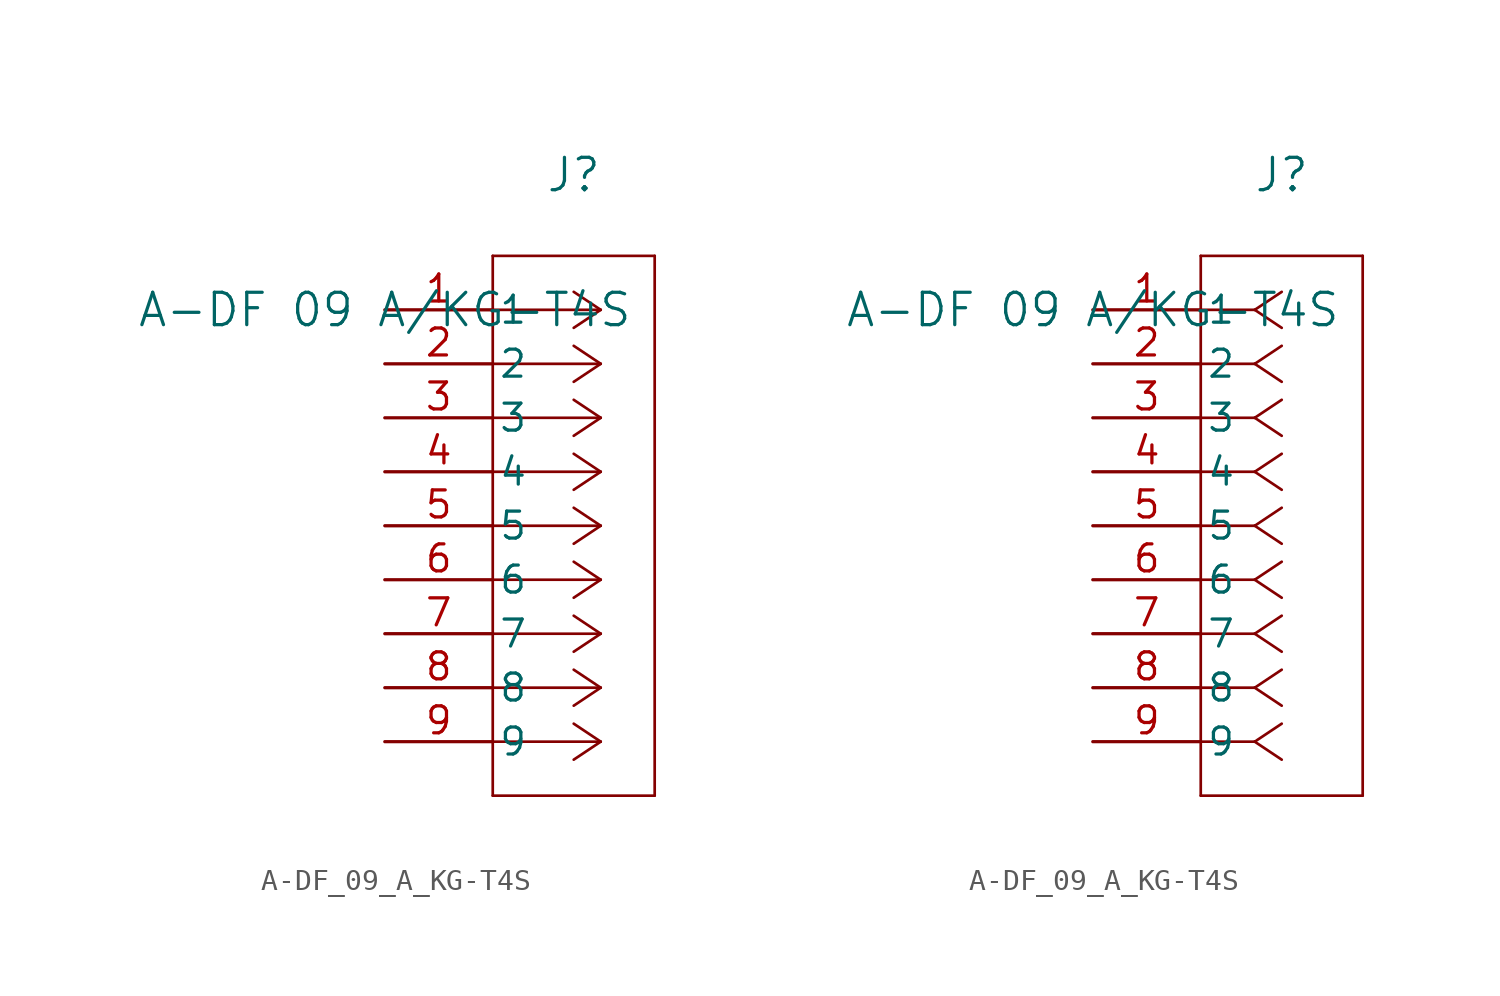
<source format=kicad_sym>
(kicad_symbol_lib
  (version 20211014)
  (generator kicad_symbol_editor)
  (symbol "A-DF_09_A_KG-T4S"
    (pin_names
      (offset 0.254))
    (property "Reference" "J"
      (at 8.89 6.35 0)
      (effects (font (size 1.524 1.524))))
    (property "Value" "A-DF 09 A/KG-T4S"
      (at 0 0 0)
      (effects (font (size 1.524 1.524))))
    (symbol "A-DF_09_A_KG-T4S_1_1"
      (polyline (pts (xy 10.16 0) (xy 5.08 0)) (stroke (width 0.127) (type default) (color 0 0 0 0)) (fill (type none)))
      (polyline (pts (xy 10.16 -2.54) (xy 5.08 -2.54)) (stroke (width 0.127) (type default) (color 0 0 0 0)) (fill (type none)))
      (polyline (pts (xy 10.16 -5.08) (xy 5.08 -5.08)) (stroke (width 0.127) (type default) (color 0 0 0 0)) (fill (type none)))
      (polyline (pts (xy 10.16 -7.62) (xy 5.08 -7.62)) (stroke (width 0.127) (type default) (color 0 0 0 0)) (fill (type none)))
      (polyline (pts (xy 10.16 -10.16) (xy 5.08 -10.16)) (stroke (width 0.127) (type default) (color 0 0 0 0)) (fill (type none)))
      (polyline (pts (xy 10.16 -12.7) (xy 5.08 -12.7)) (stroke (width 0.127) (type default) (color 0 0 0 0)) (fill (type none)))
      (polyline (pts (xy 10.16 -15.24) (xy 5.08 -15.24)) (stroke (width 0.127) (type default) (color 0 0 0 0)) (fill (type none)))
      (polyline (pts (xy 10.16 -17.78) (xy 5.08 -17.78)) (stroke (width 0.127) (type default) (color 0 0 0 0)) (fill (type none)))
      (polyline (pts (xy 10.16 -20.32) (xy 5.08 -20.32)) (stroke (width 0.127) (type default) (color 0 0 0 0)) (fill (type none)))
      (polyline (pts (xy 10.16 0) (xy 8.89 0.847)) (stroke (width 0.127) (type default) (color 0 0 0 0)) (fill (type none)))
      (polyline (pts (xy 10.16 -2.54) (xy 8.89 -1.693)) (stroke (width 0.127) (type default) (color 0 0 0 0)) (fill (type none)))
      (polyline (pts (xy 10.16 -5.08) (xy 8.89 -4.233)) (stroke (width 0.127) (type default) (color 0 0 0 0)) (fill (type none)))
      (polyline (pts (xy 10.16 -7.62) (xy 8.89 -6.773)) (stroke (width 0.127) (type default) (color 0 0 0 0)) (fill (type none)))
      (polyline (pts (xy 10.16 -10.16) (xy 8.89 -9.313)) (stroke (width 0.127) (type default) (color 0 0 0 0)) (fill (type none)))
      (polyline (pts (xy 10.16 -12.7) (xy 8.89 -11.853)) (stroke (width 0.127) (type default) (color 0 0 0 0)) (fill (type none)))
      (polyline (pts (xy 10.16 -15.24) (xy 8.89 -14.393)) (stroke (width 0.127) (type default) (color 0 0 0 0)) (fill (type none)))
      (polyline (pts (xy 10.16 -17.78) (xy 8.89 -16.933)) (stroke (width 0.127) (type default) (color 0 0 0 0)) (fill (type none)))
      (polyline (pts (xy 10.16 -20.32) (xy 8.89 -19.473)) (stroke (width 0.127) (type default) (color 0 0 0 0)) (fill (type none)))
      (polyline (pts (xy 10.16 0) (xy 8.89 -0.847)) (stroke (width 0.127) (type default) (color 0 0 0 0)) (fill (type none)))
      (polyline (pts (xy 10.16 -2.54) (xy 8.89 -3.387)) (stroke (width 0.127) (type default) (color 0 0 0 0)) (fill (type none)))
      (polyline (pts (xy 10.16 -5.08) (xy 8.89 -5.927)) (stroke (width 0.127) (type default) (color 0 0 0 0)) (fill (type none)))
      (polyline (pts (xy 10.16 -7.62) (xy 8.89 -8.467)) (stroke (width 0.127) (type default) (color 0 0 0 0)) (fill (type none)))
      (polyline (pts (xy 10.16 -10.16) (xy 8.89 -11.007)) (stroke (width 0.127) (type default) (color 0 0 0 0)) (fill (type none)))
      (polyline (pts (xy 10.16 -12.7) (xy 8.89 -13.547)) (stroke (width 0.127) (type default) (color 0 0 0 0)) (fill (type none)))
      (polyline (pts (xy 10.16 -15.24) (xy 8.89 -16.087)) (stroke (width 0.127) (type default) (color 0 0 0 0)) (fill (type none)))
      (polyline (pts (xy 10.16 -17.78) (xy 8.89 -18.627)) (stroke (width 0.127) (type default) (color 0 0 0 0)) (fill (type none)))
      (polyline (pts (xy 10.16 -20.32) (xy 8.89 -21.167)) (stroke (width 0.127) (type default) (color 0 0 0 0)) (fill (type none)))
      (polyline (pts (xy 5.08 2.54) (xy 5.08 -22.86)) (stroke (width 0.127) (type default) (color 0 0 0 0)) (fill (type none)))
      (polyline (pts (xy 5.08 -22.86) (xy 12.7 -22.86)) (stroke (width 0.127) (type default) (color 0 0 0 0)) (fill (type none)))
      (polyline (pts (xy 12.7 -22.86) (xy 12.7 2.54)) (stroke (width 0.127) (type default) (color 0 0 0 0)) (fill (type none)))
      (polyline (pts (xy 12.7 2.54) (xy 5.08 2.54)) (stroke (width 0.127) (type default) (color 0 0 0 0)) (fill (type none)))
      (pin unspecified line (at 0 0 0) (length 5.08) (name "1" (effects (font (size 1.27 1.27)))) (number "1" (effects (font (size 1.27 1.27)))))
      (pin unspecified line (at 0 -2.54 0) (length 5.08) (name "2" (effects (font (size 1.27 1.27)))) (number "2" (effects (font (size 1.27 1.27)))))
      (pin unspecified line (at 0 -5.08 0) (length 5.08) (name "3" (effects (font (size 1.27 1.27)))) (number "3" (effects (font (size 1.27 1.27)))))
      (pin unspecified line (at 0 -7.62 0) (length 5.08) (name "4" (effects (font (size 1.27 1.27)))) (number "4" (effects (font (size 1.27 1.27)))))
      (pin unspecified line (at 0 -10.16 0) (length 5.08) (name "5" (effects (font (size 1.27 1.27)))) (number "5" (effects (font (size 1.27 1.27)))))
      (pin unspecified line (at 0 -12.7 0) (length 5.08) (name "6" (effects (font (size 1.27 1.27)))) (number "6" (effects (font (size 1.27 1.27)))))
      (pin unspecified line (at 0 -15.24 0) (length 5.08) (name "7" (effects (font (size 1.27 1.27)))) (number "7" (effects (font (size 1.27 1.27)))))
      (pin unspecified line (at 0 -17.78 0) (length 5.08) (name "8" (effects (font (size 1.27 1.27)))) (number "8" (effects (font (size 1.27 1.27)))))
      (pin unspecified line (at 0 -20.32 0) (length 5.08) (name "9" (effects (font (size 1.27 1.27)))) (number "9" (effects (font (size 1.27 1.27))))))
    (symbol "A-DF_09_A_KG-T4S_1_2"
      (polyline (pts (xy 7.62 0) (xy 5.08 0)) (stroke (width 0.127) (type default) (color 0 0 0 0)) (fill (type none)))
      (polyline (pts (xy 7.62 -2.54) (xy 5.08 -2.54)) (stroke (width 0.127) (type default) (color 0 0 0 0)) (fill (type none)))
      (polyline (pts (xy 7.62 -5.08) (xy 5.08 -5.08)) (stroke (width 0.127) (type default) (color 0 0 0 0)) (fill (type none)))
      (polyline (pts (xy 7.62 -7.62) (xy 5.08 -7.62)) (stroke (width 0.127) (type default) (color 0 0 0 0)) (fill (type none)))
      (polyline (pts (xy 7.62 -10.16) (xy 5.08 -10.16)) (stroke (width 0.127) (type default) (color 0 0 0 0)) (fill (type none)))
      (polyline (pts (xy 7.62 -12.7) (xy 5.08 -12.7)) (stroke (width 0.127) (type default) (color 0 0 0 0)) (fill (type none)))
      (polyline (pts (xy 7.62 -15.24) (xy 5.08 -15.24)) (stroke (width 0.127) (type default) (color 0 0 0 0)) (fill (type none)))
      (polyline (pts (xy 7.62 -17.78) (xy 5.08 -17.78)) (stroke (width 0.127) (type default) (color 0 0 0 0)) (fill (type none)))
      (polyline (pts (xy 7.62 -20.32) (xy 5.08 -20.32)) (stroke (width 0.127) (type default) (color 0 0 0 0)) (fill (type none)))
      (polyline (pts (xy 7.62 0) (xy 8.89 0.847)) (stroke (width 0.127) (type default) (color 0 0 0 0)) (fill (type none)))
      (polyline (pts (xy 7.62 -2.54) (xy 8.89 -1.693)) (stroke (width 0.127) (type default) (color 0 0 0 0)) (fill (type none)))
      (polyline (pts (xy 7.62 -5.08) (xy 8.89 -4.233)) (stroke (width 0.127) (type default) (color 0 0 0 0)) (fill (type none)))
      (polyline (pts (xy 7.62 -7.62) (xy 8.89 -6.773)) (stroke (width 0.127) (type default) (color 0 0 0 0)) (fill (type none)))
      (polyline (pts (xy 7.62 -10.16) (xy 8.89 -9.313)) (stroke (width 0.127) (type default) (color 0 0 0 0)) (fill (type none)))
      (polyline (pts (xy 7.62 -12.7) (xy 8.89 -11.853)) (stroke (width 0.127) (type default) (color 0 0 0 0)) (fill (type none)))
      (polyline (pts (xy 7.62 -15.24) (xy 8.89 -14.393)) (stroke (width 0.127) (type default) (color 0 0 0 0)) (fill (type none)))
      (polyline (pts (xy 7.62 -17.78) (xy 8.89 -16.933)) (stroke (width 0.127) (type default) (color 0 0 0 0)) (fill (type none)))
      (polyline (pts (xy 7.62 -20.32) (xy 8.89 -19.473)) (stroke (width 0.127) (type default) (color 0 0 0 0)) (fill (type none)))
      (polyline (pts (xy 7.62 0) (xy 8.89 -0.847)) (stroke (width 0.127) (type default) (color 0 0 0 0)) (fill (type none)))
      (polyline (pts (xy 7.62 -2.54) (xy 8.89 -3.387)) (stroke (width 0.127) (type default) (color 0 0 0 0)) (fill (type none)))
      (polyline (pts (xy 7.62 -5.08) (xy 8.89 -5.927)) (stroke (width 0.127) (type default) (color 0 0 0 0)) (fill (type none)))
      (polyline (pts (xy 7.62 -7.62) (xy 8.89 -8.467)) (stroke (width 0.127) (type default) (color 0 0 0 0)) (fill (type none)))
      (polyline (pts (xy 7.62 -10.16) (xy 8.89 -11.007)) (stroke (width 0.127) (type default) (color 0 0 0 0)) (fill (type none)))
      (polyline (pts (xy 7.62 -12.7) (xy 8.89 -13.547)) (stroke (width 0.127) (type default) (color 0 0 0 0)) (fill (type none)))
      (polyline (pts (xy 7.62 -15.24) (xy 8.89 -16.087)) (stroke (width 0.127) (type default) (color 0 0 0 0)) (fill (type none)))
      (polyline (pts (xy 7.62 -17.78) (xy 8.89 -18.627)) (stroke (width 0.127) (type default) (color 0 0 0 0)) (fill (type none)))
      (polyline (pts (xy 7.62 -20.32) (xy 8.89 -21.167)) (stroke (width 0.127) (type default) (color 0 0 0 0)) (fill (type none)))
      (polyline (pts (xy 5.08 2.54) (xy 5.08 -22.86)) (stroke (width 0.127) (type default) (color 0 0 0 0)) (fill (type none)))
      (polyline (pts (xy 5.08 -22.86) (xy 12.7 -22.86)) (stroke (width 0.127) (type default) (color 0 0 0 0)) (fill (type none)))
      (polyline (pts (xy 12.7 -22.86) (xy 12.7 2.54)) (stroke (width 0.127) (type default) (color 0 0 0 0)) (fill (type none)))
      (polyline (pts (xy 12.7 2.54) (xy 5.08 2.54)) (stroke (width 0.127) (type default) (color 0 0 0 0)) (fill (type none)))
      (pin unspecified line (at 0 0 0) (length 5.08) (name "1" (effects (font (size 1.27 1.27)))) (number "1" (effects (font (size 1.27 1.27)))))
      (pin unspecified line (at 0 -2.54 0) (length 5.08) (name "2" (effects (font (size 1.27 1.27)))) (number "2" (effects (font (size 1.27 1.27)))))
      (pin unspecified line (at 0 -5.08 0) (length 5.08) (name "3" (effects (font (size 1.27 1.27)))) (number "3" (effects (font (size 1.27 1.27)))))
      (pin unspecified line (at 0 -7.62 0) (length 5.08) (name "4" (effects (font (size 1.27 1.27)))) (number "4" (effects (font (size 1.27 1.27)))))
      (pin unspecified line (at 0 -10.16 0) (length 5.08) (name "5" (effects (font (size 1.27 1.27)))) (number "5" (effects (font (size 1.27 1.27)))))
      (pin unspecified line (at 0 -12.7 0) (length 5.08) (name "6" (effects (font (size 1.27 1.27)))) (number "6" (effects (font (size 1.27 1.27)))))
      (pin unspecified line (at 0 -15.24 0) (length 5.08) (name "7" (effects (font (size 1.27 1.27)))) (number "7" (effects (font (size 1.27 1.27)))))
      (pin unspecified line (at 0 -17.78 0) (length 5.08) (name "8" (effects (font (size 1.27 1.27)))) (number "8" (effects (font (size 1.27 1.27)))))
      (pin unspecified line (at 0 -20.32 0) (length 5.08) (name "9" (effects (font (size 1.27 1.27)))) (number "9" (effects (font (size 1.27 1.27))))))))
</source>
